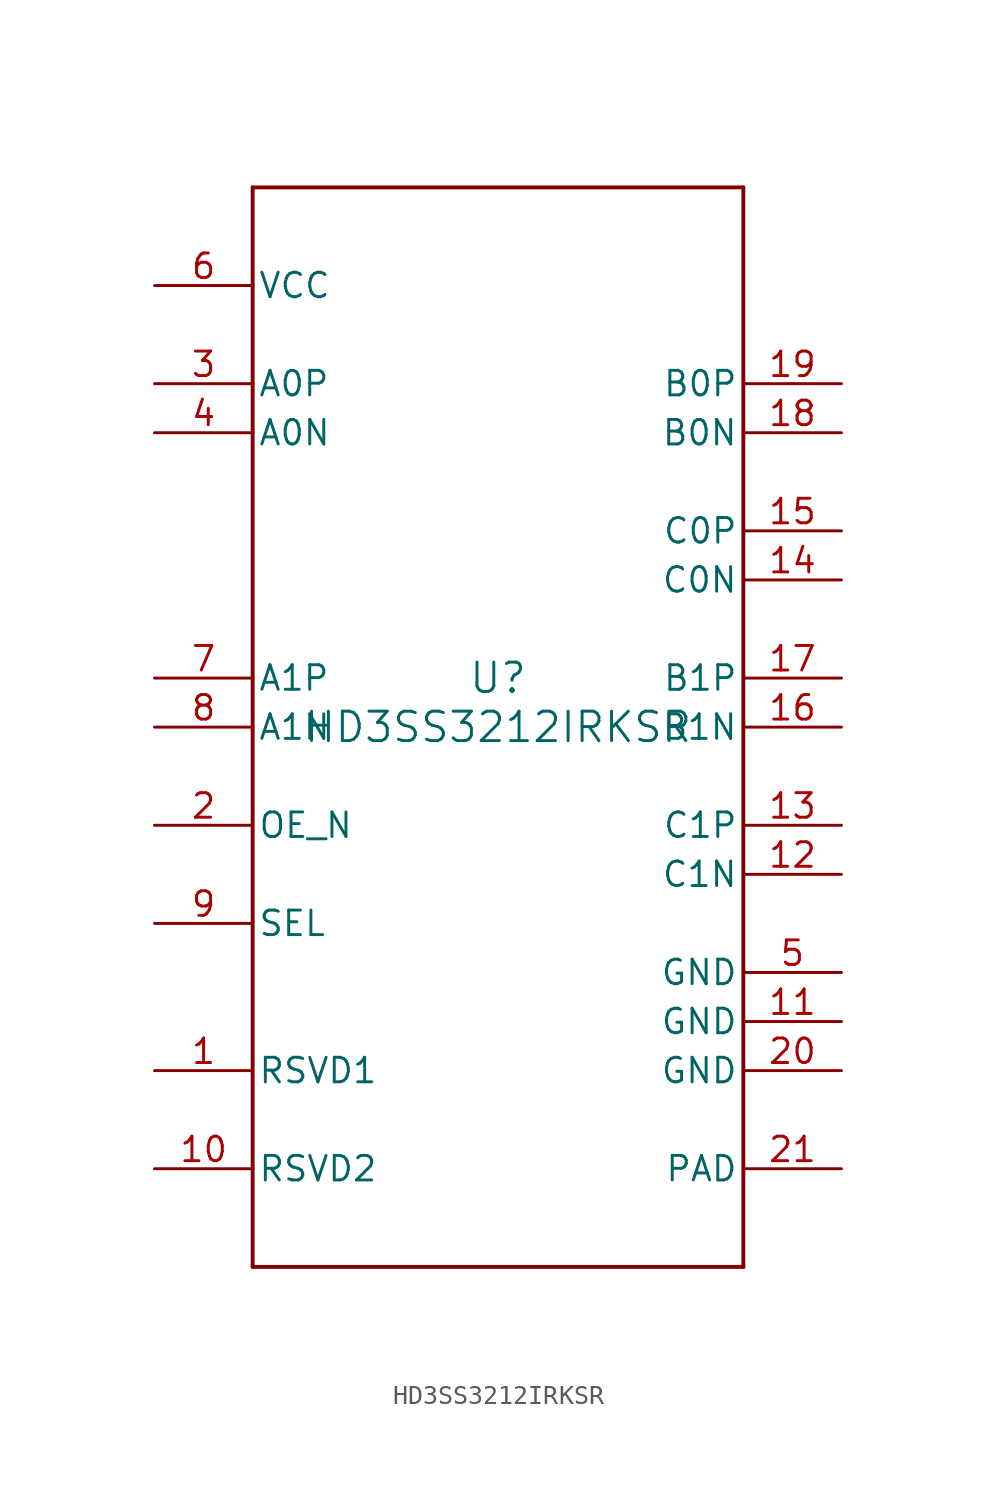
<source format=kicad_sym>
(kicad_symbol_lib
  (version 20211014)
  (generator kicad_symbol_editor)
  (symbol "HD3SS3212IRKSR"
    (pin_names
      (offset 0.254))
    (property "Reference" "U"
      (at 0 2.54 0)
      (effects (font (size 1.524 1.524))))
    (property "Value" "HD3SS3212IRKSR"
      (at 0 0 0)
      (effects (font (size 1.524 1.524))))
    (symbol "HD3SS3212IRKSR_0_1"
      (polyline (pts (xy -12.7 -27.94) (xy 12.7 -27.94)) (stroke (width 0.203) (type default) (color 0 0 0 0)) (fill (type none)))
      (polyline (pts (xy 12.7 -27.94) (xy 12.7 27.94)) (stroke (width 0.203) (type default) (color 0 0 0 0)) (fill (type none)))
      (polyline (pts (xy 12.7 27.94) (xy -12.7 27.94)) (stroke (width 0.203) (type default) (color 0 0 0 0)) (fill (type none)))
      (polyline (pts (xy -12.7 27.94) (xy -12.7 -27.94)) (stroke (width 0.203) (type default) (color 0 0 0 0)) (fill (type none)))
      (pin unspecified line (at -17.78 -17.78 0) (length 5.08) (name "RSVD1" (effects (font (size 1.27 1.27)))) (number "1" (effects (font (size 1.27 1.27)))))
      (pin input line (at -17.78 -5.08 0) (length 5.08) (name "OE_N" (effects (font (size 1.27 1.27)))) (number "2" (effects (font (size 1.27 1.27)))))
      (pin bidirectional line (at -17.78 17.78 0) (length 5.08) (name "A0P" (effects (font (size 1.27 1.27)))) (number "3" (effects (font (size 1.27 1.27)))))
      (pin bidirectional line (at -17.78 15.24 0) (length 5.08) (name "A0N" (effects (font (size 1.27 1.27)))) (number "4" (effects (font (size 1.27 1.27)))))
      (pin power_in line (at 17.78 -12.7 180) (length 5.08) (name "GND" (effects (font (size 1.27 1.27)))) (number "5" (effects (font (size 1.27 1.27)))))
      (pin power_in line (at -17.78 22.86 0) (length 5.08) (name "VCC" (effects (font (size 1.27 1.27)))) (number "6" (effects (font (size 1.27 1.27)))))
      (pin bidirectional line (at -17.78 2.54 0) (length 5.08) (name "A1P" (effects (font (size 1.27 1.27)))) (number "7" (effects (font (size 1.27 1.27)))))
      (pin bidirectional line (at -17.78 0 0) (length 5.08) (name "A1N" (effects (font (size 1.27 1.27)))) (number "8" (effects (font (size 1.27 1.27)))))
      (pin input line (at -17.78 -10.16 0) (length 5.08) (name "SEL" (effects (font (size 1.27 1.27)))) (number "9" (effects (font (size 1.27 1.27)))))
      (pin unspecified line (at -17.78 -22.86 0) (length 5.08) (name "RSVD2" (effects (font (size 1.27 1.27)))) (number "10" (effects (font (size 1.27 1.27)))))
      (pin power_in line (at 17.78 -15.24 180) (length 5.08) (name "GND" (effects (font (size 1.27 1.27)))) (number "11" (effects (font (size 1.27 1.27)))))
      (pin bidirectional line (at 17.78 -7.62 180) (length 5.08) (name "C1N" (effects (font (size 1.27 1.27)))) (number "12" (effects (font (size 1.27 1.27)))))
      (pin bidirectional line (at 17.78 -5.08 180) (length 5.08) (name "C1P" (effects (font (size 1.27 1.27)))) (number "13" (effects (font (size 1.27 1.27)))))
      (pin bidirectional line (at 17.78 7.62 180) (length 5.08) (name "C0N" (effects (font (size 1.27 1.27)))) (number "14" (effects (font (size 1.27 1.27)))))
      (pin bidirectional line (at 17.78 10.16 180) (length 5.08) (name "C0P" (effects (font (size 1.27 1.27)))) (number "15" (effects (font (size 1.27 1.27)))))
      (pin bidirectional line (at 17.78 0 180) (length 5.08) (name "B1N" (effects (font (size 1.27 1.27)))) (number "16" (effects (font (size 1.27 1.27)))))
      (pin bidirectional line (at 17.78 2.54 180) (length 5.08) (name "B1P" (effects (font (size 1.27 1.27)))) (number "17" (effects (font (size 1.27 1.27)))))
      (pin bidirectional line (at 17.78 15.24 180) (length 5.08) (name "B0N" (effects (font (size 1.27 1.27)))) (number "18" (effects (font (size 1.27 1.27)))))
      (pin bidirectional line (at 17.78 17.78 180) (length 5.08) (name "B0P" (effects (font (size 1.27 1.27)))) (number "19" (effects (font (size 1.27 1.27)))))
      (pin power_in line (at 17.78 -17.78 180) (length 5.08) (name "GND" (effects (font (size 1.27 1.27)))) (number "20" (effects (font (size 1.27 1.27)))))
      (pin power_in line (at 17.78 -22.86 180) (length 5.08) (name "PAD" (effects (font (size 1.27 1.27)))) (number "21" (effects (font (size 1.27 1.27))))))))
</source>
